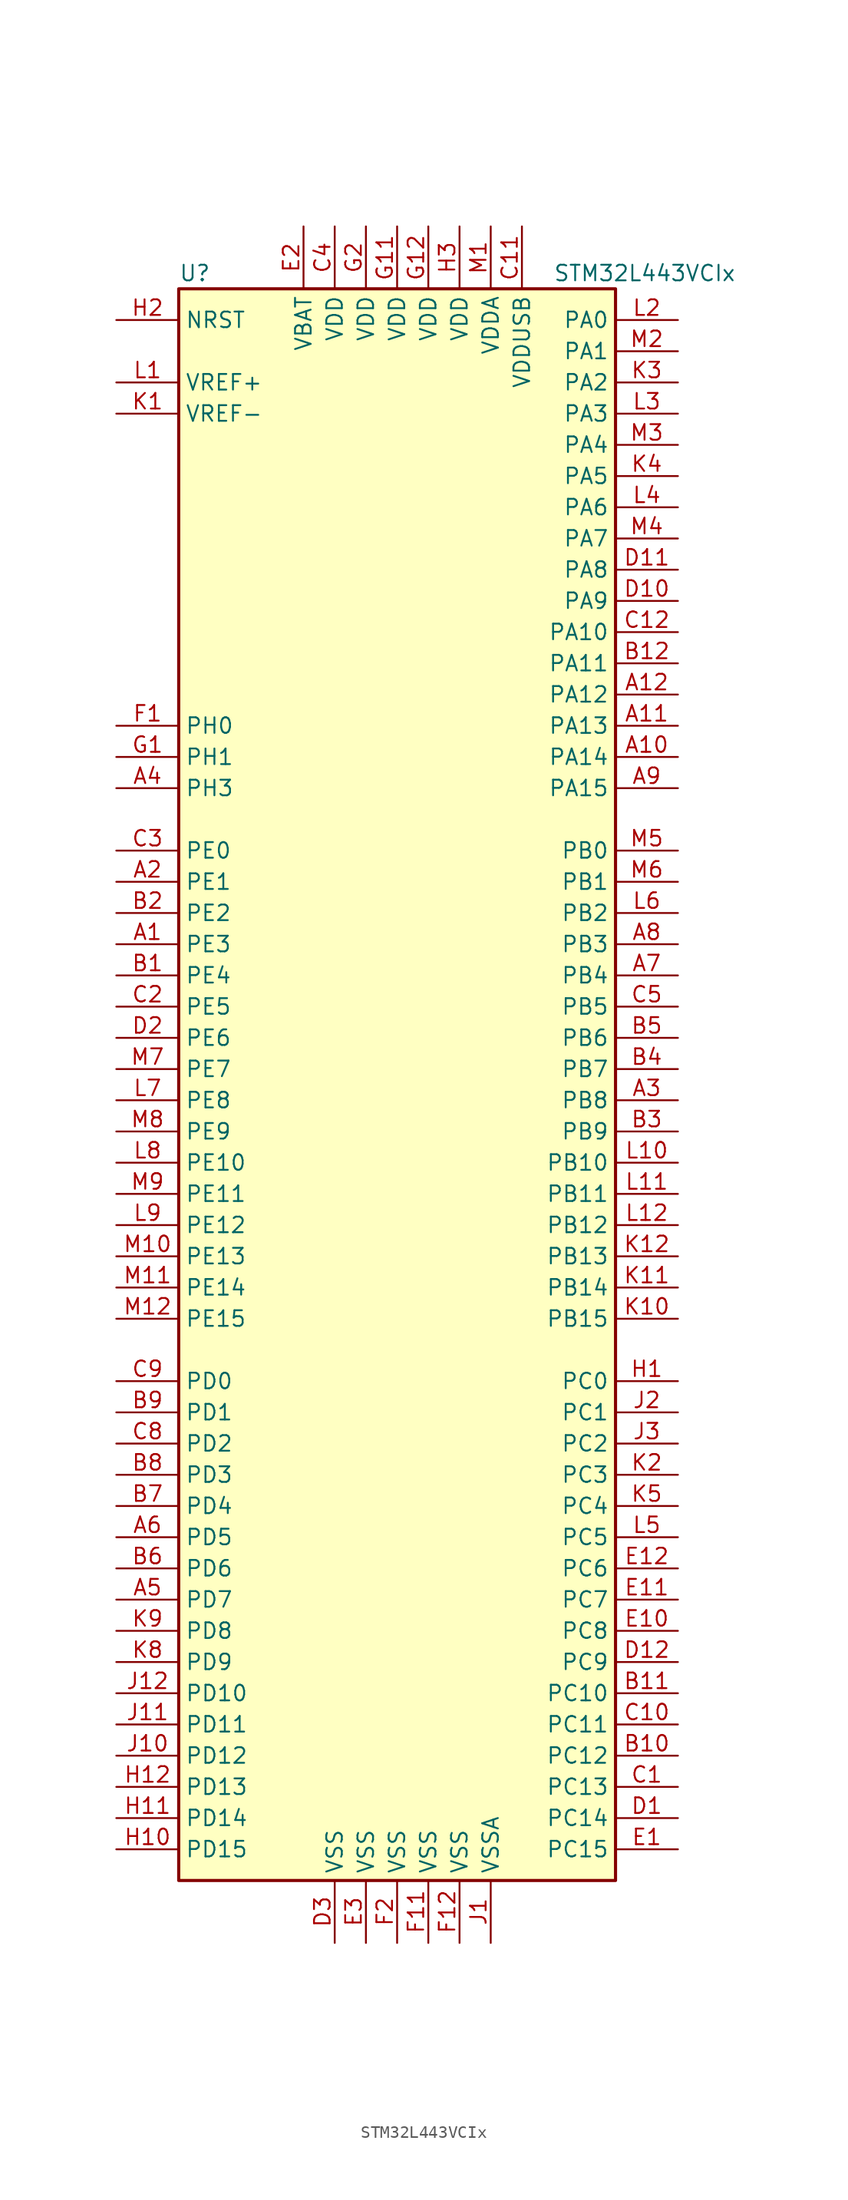
<source format=kicad_sym>
(kicad_symbol_lib
  (version 20220914)
  (generator kicad_symbol_editor)
  (symbol "STM32L443VCIx"
    (property "Reference" "U"
      (at -17.78 64.77 0)
      (effects (font (size 1.27 1.27)) (justify left)))
    (property "Value" "STM32L443VCIx"
      (at 12.7 64.77 0)
      (effects (font (size 1.27 1.27)) (justify left)))
    (symbol "STM32L443VCIx_0_1"
      (rectangle (start -17.78 -66.04) (end 17.78 63.5) (stroke (width 0.254) (type default)) (fill (type background))))
    (symbol "STM32L443VCIx_1_1"
      (pin bidirectional line (at -22.86 10.16 0) (length 5.08) (name "PE3" (effects (font (size 1.27 1.27)))) (number "A1" (effects (font (size 1.27 1.27)))))
      (pin bidirectional line (at 22.86 25.4 180) (length 5.08) (name "PA14" (effects (font (size 1.27 1.27)))) (number "A10" (effects (font (size 1.27 1.27)))))
      (pin bidirectional line (at 22.86 27.94 180) (length 5.08) (name "PA13" (effects (font (size 1.27 1.27)))) (number "A11" (effects (font (size 1.27 1.27)))))
      (pin bidirectional line (at 22.86 30.48 180) (length 5.08) (name "PA12" (effects (font (size 1.27 1.27)))) (number "A12" (effects (font (size 1.27 1.27)))))
      (pin bidirectional line (at -22.86 15.24 0) (length 5.08) (name "PE1" (effects (font (size 1.27 1.27)))) (number "A2" (effects (font (size 1.27 1.27)))))
      (pin bidirectional line (at 22.86 -2.54 180) (length 5.08) (name "PB8" (effects (font (size 1.27 1.27)))) (number "A3" (effects (font (size 1.27 1.27)))))
      (pin bidirectional line (at -22.86 22.86 0) (length 5.08) (name "PH3" (effects (font (size 1.27 1.27)))) (number "A4" (effects (font (size 1.27 1.27)))))
      (pin bidirectional line (at -22.86 -43.18 0) (length 5.08) (name "PD7" (effects (font (size 1.27 1.27)))) (number "A5" (effects (font (size 1.27 1.27)))))
      (pin bidirectional line (at -22.86 -38.1 0) (length 5.08) (name "PD5" (effects (font (size 1.27 1.27)))) (number "A6" (effects (font (size 1.27 1.27)))))
      (pin bidirectional line (at 22.86 7.62 180) (length 5.08) (name "PB4" (effects (font (size 1.27 1.27)))) (number "A7" (effects (font (size 1.27 1.27)))))
      (pin bidirectional line (at 22.86 10.16 180) (length 5.08) (name "PB3" (effects (font (size 1.27 1.27)))) (number "A8" (effects (font (size 1.27 1.27)))))
      (pin bidirectional line (at 22.86 22.86 180) (length 5.08) (name "PA15" (effects (font (size 1.27 1.27)))) (number "A9" (effects (font (size 1.27 1.27)))))
      (pin bidirectional line (at -22.86 7.62 0) (length 5.08) (name "PE4" (effects (font (size 1.27 1.27)))) (number "B1" (effects (font (size 1.27 1.27)))))
      (pin bidirectional line (at 22.86 -55.88 180) (length 5.08) (name "PC12" (effects (font (size 1.27 1.27)))) (number "B10" (effects (font (size 1.27 1.27)))))
      (pin bidirectional line (at 22.86 -50.8 180) (length 5.08) (name "PC10" (effects (font (size 1.27 1.27)))) (number "B11" (effects (font (size 1.27 1.27)))))
      (pin bidirectional line (at 22.86 33.02 180) (length 5.08) (name "PA11" (effects (font (size 1.27 1.27)))) (number "B12" (effects (font (size 1.27 1.27)))))
      (pin bidirectional line (at -22.86 12.7 0) (length 5.08) (name "PE2" (effects (font (size 1.27 1.27)))) (number "B2" (effects (font (size 1.27 1.27)))))
      (pin bidirectional line (at 22.86 -5.08 180) (length 5.08) (name "PB9" (effects (font (size 1.27 1.27)))) (number "B3" (effects (font (size 1.27 1.27)))))
      (pin bidirectional line (at 22.86 0 180) (length 5.08) (name "PB7" (effects (font (size 1.27 1.27)))) (number "B4" (effects (font (size 1.27 1.27)))))
      (pin bidirectional line (at 22.86 2.54 180) (length 5.08) (name "PB6" (effects (font (size 1.27 1.27)))) (number "B5" (effects (font (size 1.27 1.27)))))
      (pin bidirectional line (at -22.86 -40.64 0) (length 5.08) (name "PD6" (effects (font (size 1.27 1.27)))) (number "B6" (effects (font (size 1.27 1.27)))))
      (pin bidirectional line (at -22.86 -35.56 0) (length 5.08) (name "PD4" (effects (font (size 1.27 1.27)))) (number "B7" (effects (font (size 1.27 1.27)))))
      (pin bidirectional line (at -22.86 -33.02 0) (length 5.08) (name "PD3" (effects (font (size 1.27 1.27)))) (number "B8" (effects (font (size 1.27 1.27)))))
      (pin bidirectional line (at -22.86 -27.94 0) (length 5.08) (name "PD1" (effects (font (size 1.27 1.27)))) (number "B9" (effects (font (size 1.27 1.27)))))
      (pin bidirectional line (at 22.86 -58.42 180) (length 5.08) (name "PC13" (effects (font (size 1.27 1.27)))) (number "C1" (effects (font (size 1.27 1.27)))))
      (pin bidirectional line (at 22.86 -53.34 180) (length 5.08) (name "PC11" (effects (font (size 1.27 1.27)))) (number "C10" (effects (font (size 1.27 1.27)))))
      (pin power_in line (at 10.16 68.58 270) (length 5.08) (name "VDDUSB" (effects (font (size 1.27 1.27)))) (number "C11" (effects (font (size 1.27 1.27)))))
      (pin bidirectional line (at 22.86 35.56 180) (length 5.08) (name "PA10" (effects (font (size 1.27 1.27)))) (number "C12" (effects (font (size 1.27 1.27)))))
      (pin bidirectional line (at -22.86 5.08 0) (length 5.08) (name "PE5" (effects (font (size 1.27 1.27)))) (number "C2" (effects (font (size 1.27 1.27)))))
      (pin bidirectional line (at -22.86 17.78 0) (length 5.08) (name "PE0" (effects (font (size 1.27 1.27)))) (number "C3" (effects (font (size 1.27 1.27)))))
      (pin power_in line (at -5.08 68.58 270) (length 5.08) (name "VDD" (effects (font (size 1.27 1.27)))) (number "C4" (effects (font (size 1.27 1.27)))))
      (pin bidirectional line (at 22.86 5.08 180) (length 5.08) (name "PB5" (effects (font (size 1.27 1.27)))) (number "C5" (effects (font (size 1.27 1.27)))))
      (pin bidirectional line (at -22.86 -30.48 0) (length 5.08) (name "PD2" (effects (font (size 1.27 1.27)))) (number "C8" (effects (font (size 1.27 1.27)))))
      (pin bidirectional line (at -22.86 -25.4 0) (length 5.08) (name "PD0" (effects (font (size 1.27 1.27)))) (number "C9" (effects (font (size 1.27 1.27)))))
      (pin bidirectional line (at 22.86 -60.96 180) (length 5.08) (name "PC14" (effects (font (size 1.27 1.27)))) (number "D1" (effects (font (size 1.27 1.27)))))
      (pin bidirectional line (at 22.86 38.1 180) (length 5.08) (name "PA9" (effects (font (size 1.27 1.27)))) (number "D10" (effects (font (size 1.27 1.27)))))
      (pin bidirectional line (at 22.86 40.64 180) (length 5.08) (name "PA8" (effects (font (size 1.27 1.27)))) (number "D11" (effects (font (size 1.27 1.27)))))
      (pin bidirectional line (at 22.86 -48.26 180) (length 5.08) (name "PC9" (effects (font (size 1.27 1.27)))) (number "D12" (effects (font (size 1.27 1.27)))))
      (pin bidirectional line (at -22.86 2.54 0) (length 5.08) (name "PE6" (effects (font (size 1.27 1.27)))) (number "D2" (effects (font (size 1.27 1.27)))))
      (pin power_in line (at -5.08 -71.12 90) (length 5.08) (name "VSS" (effects (font (size 1.27 1.27)))) (number "D3" (effects (font (size 1.27 1.27)))))
      (pin bidirectional line (at 22.86 -63.5 180) (length 5.08) (name "PC15" (effects (font (size 1.27 1.27)))) (number "E1" (effects (font (size 1.27 1.27)))))
      (pin bidirectional line (at 22.86 -45.72 180) (length 5.08) (name "PC8" (effects (font (size 1.27 1.27)))) (number "E10" (effects (font (size 1.27 1.27)))))
      (pin bidirectional line (at 22.86 -43.18 180) (length 5.08) (name "PC7" (effects (font (size 1.27 1.27)))) (number "E11" (effects (font (size 1.27 1.27)))))
      (pin bidirectional line (at 22.86 -40.64 180) (length 5.08) (name "PC6" (effects (font (size 1.27 1.27)))) (number "E12" (effects (font (size 1.27 1.27)))))
      (pin power_in line (at -7.62 68.58 270) (length 5.08) (name "VBAT" (effects (font (size 1.27 1.27)))) (number "E2" (effects (font (size 1.27 1.27)))))
      (pin power_in line (at -2.54 -71.12 90) (length 5.08) (name "VSS" (effects (font (size 1.27 1.27)))) (number "E3" (effects (font (size 1.27 1.27)))))
      (pin input line (at -22.86 27.94 0) (length 5.08) (name "PH0" (effects (font (size 1.27 1.27)))) (number "F1" (effects (font (size 1.27 1.27)))))
      (pin power_in line (at 2.54 -71.12 90) (length 5.08) (name "VSS" (effects (font (size 1.27 1.27)))) (number "F11" (effects (font (size 1.27 1.27)))))
      (pin power_in line (at 5.08 -71.12 90) (length 5.08) (name "VSS" (effects (font (size 1.27 1.27)))) (number "F12" (effects (font (size 1.27 1.27)))))
      (pin power_in line (at 0 -71.12 90) (length 5.08) (name "VSS" (effects (font (size 1.27 1.27)))) (number "F2" (effects (font (size 1.27 1.27)))))
      (pin input line (at -22.86 25.4 0) (length 5.08) (name "PH1" (effects (font (size 1.27 1.27)))) (number "G1" (effects (font (size 1.27 1.27)))))
      (pin power_in line (at 0 68.58 270) (length 5.08) (name "VDD" (effects (font (size 1.27 1.27)))) (number "G11" (effects (font (size 1.27 1.27)))))
      (pin power_in line (at 2.54 68.58 270) (length 5.08) (name "VDD" (effects (font (size 1.27 1.27)))) (number "G12" (effects (font (size 1.27 1.27)))))
      (pin power_in line (at -2.54 68.58 270) (length 5.08) (name "VDD" (effects (font (size 1.27 1.27)))) (number "G2" (effects (font (size 1.27 1.27)))))
      (pin bidirectional line (at 22.86 -25.4 180) (length 5.08) (name "PC0" (effects (font (size 1.27 1.27)))) (number "H1" (effects (font (size 1.27 1.27)))))
      (pin bidirectional line (at -22.86 -63.5 0) (length 5.08) (name "PD15" (effects (font (size 1.27 1.27)))) (number "H10" (effects (font (size 1.27 1.27)))))
      (pin bidirectional line (at -22.86 -60.96 0) (length 5.08) (name "PD14" (effects (font (size 1.27 1.27)))) (number "H11" (effects (font (size 1.27 1.27)))))
      (pin bidirectional line (at -22.86 -58.42 0) (length 5.08) (name "PD13" (effects (font (size 1.27 1.27)))) (number "H12" (effects (font (size 1.27 1.27)))))
      (pin input line (at -22.86 60.96 0) (length 5.08) (name "NRST" (effects (font (size 1.27 1.27)))) (number "H2" (effects (font (size 1.27 1.27)))))
      (pin power_in line (at 5.08 68.58 270) (length 5.08) (name "VDD" (effects (font (size 1.27 1.27)))) (number "H3" (effects (font (size 1.27 1.27)))))
      (pin power_in line (at 7.62 -71.12 90) (length 5.08) (name "VSSA" (effects (font (size 1.27 1.27)))) (number "J1" (effects (font (size 1.27 1.27)))))
      (pin bidirectional line (at -22.86 -55.88 0) (length 5.08) (name "PD12" (effects (font (size 1.27 1.27)))) (number "J10" (effects (font (size 1.27 1.27)))))
      (pin bidirectional line (at -22.86 -53.34 0) (length 5.08) (name "PD11" (effects (font (size 1.27 1.27)))) (number "J11" (effects (font (size 1.27 1.27)))))
      (pin bidirectional line (at -22.86 -50.8 0) (length 5.08) (name "PD10" (effects (font (size 1.27 1.27)))) (number "J12" (effects (font (size 1.27 1.27)))))
      (pin bidirectional line (at 22.86 -27.94 180) (length 5.08) (name "PC1" (effects (font (size 1.27 1.27)))) (number "J2" (effects (font (size 1.27 1.27)))))
      (pin bidirectional line (at 22.86 -30.48 180) (length 5.08) (name "PC2" (effects (font (size 1.27 1.27)))) (number "J3" (effects (font (size 1.27 1.27)))))
      (pin power_in line (at -22.86 53.34 0) (length 5.08) (name "VREF-" (effects (font (size 1.27 1.27)))) (number "K1" (effects (font (size 1.27 1.27)))))
      (pin bidirectional line (at 22.86 -20.32 180) (length 5.08) (name "PB15" (effects (font (size 1.27 1.27)))) (number "K10" (effects (font (size 1.27 1.27)))))
      (pin bidirectional line (at 22.86 -17.78 180) (length 5.08) (name "PB14" (effects (font (size 1.27 1.27)))) (number "K11" (effects (font (size 1.27 1.27)))))
      (pin bidirectional line (at 22.86 -15.24 180) (length 5.08) (name "PB13" (effects (font (size 1.27 1.27)))) (number "K12" (effects (font (size 1.27 1.27)))))
      (pin bidirectional line (at 22.86 -33.02 180) (length 5.08) (name "PC3" (effects (font (size 1.27 1.27)))) (number "K2" (effects (font (size 1.27 1.27)))))
      (pin bidirectional line (at 22.86 55.88 180) (length 5.08) (name "PA2" (effects (font (size 1.27 1.27)))) (number "K3" (effects (font (size 1.27 1.27)))))
      (pin bidirectional line (at 22.86 48.26 180) (length 5.08) (name "PA5" (effects (font (size 1.27 1.27)))) (number "K4" (effects (font (size 1.27 1.27)))))
      (pin bidirectional line (at 22.86 -35.56 180) (length 5.08) (name "PC4" (effects (font (size 1.27 1.27)))) (number "K5" (effects (font (size 1.27 1.27)))))
      (pin bidirectional line (at -22.86 -48.26 0) (length 5.08) (name "PD9" (effects (font (size 1.27 1.27)))) (number "K8" (effects (font (size 1.27 1.27)))))
      (pin bidirectional line (at -22.86 -45.72 0) (length 5.08) (name "PD8" (effects (font (size 1.27 1.27)))) (number "K9" (effects (font (size 1.27 1.27)))))
      (pin bidirectional line (at -22.86 55.88 0) (length 5.08) (name "VREF+" (effects (font (size 1.27 1.27)))) (number "L1" (effects (font (size 1.27 1.27)))))
      (pin bidirectional line (at 22.86 -7.62 180) (length 5.08) (name "PB10" (effects (font (size 1.27 1.27)))) (number "L10" (effects (font (size 1.27 1.27)))))
      (pin bidirectional line (at 22.86 -10.16 180) (length 5.08) (name "PB11" (effects (font (size 1.27 1.27)))) (number "L11" (effects (font (size 1.27 1.27)))))
      (pin bidirectional line (at 22.86 -12.7 180) (length 5.08) (name "PB12" (effects (font (size 1.27 1.27)))) (number "L12" (effects (font (size 1.27 1.27)))))
      (pin bidirectional line (at 22.86 60.96 180) (length 5.08) (name "PA0" (effects (font (size 1.27 1.27)))) (number "L2" (effects (font (size 1.27 1.27)))))
      (pin bidirectional line (at 22.86 53.34 180) (length 5.08) (name "PA3" (effects (font (size 1.27 1.27)))) (number "L3" (effects (font (size 1.27 1.27)))))
      (pin bidirectional line (at 22.86 45.72 180) (length 5.08) (name "PA6" (effects (font (size 1.27 1.27)))) (number "L4" (effects (font (size 1.27 1.27)))))
      (pin bidirectional line (at 22.86 -38.1 180) (length 5.08) (name "PC5" (effects (font (size 1.27 1.27)))) (number "L5" (effects (font (size 1.27 1.27)))))
      (pin bidirectional line (at 22.86 12.7 180) (length 5.08) (name "PB2" (effects (font (size 1.27 1.27)))) (number "L6" (effects (font (size 1.27 1.27)))))
      (pin bidirectional line (at -22.86 -2.54 0) (length 5.08) (name "PE8" (effects (font (size 1.27 1.27)))) (number "L7" (effects (font (size 1.27 1.27)))))
      (pin bidirectional line (at -22.86 -7.62 0) (length 5.08) (name "PE10" (effects (font (size 1.27 1.27)))) (number "L8" (effects (font (size 1.27 1.27)))))
      (pin bidirectional line (at -22.86 -12.7 0) (length 5.08) (name "PE12" (effects (font (size 1.27 1.27)))) (number "L9" (effects (font (size 1.27 1.27)))))
      (pin power_in line (at 7.62 68.58 270) (length 5.08) (name "VDDA" (effects (font (size 1.27 1.27)))) (number "M1" (effects (font (size 1.27 1.27)))))
      (pin bidirectional line (at -22.86 -15.24 0) (length 5.08) (name "PE13" (effects (font (size 1.27 1.27)))) (number "M10" (effects (font (size 1.27 1.27)))))
      (pin bidirectional line (at -22.86 -17.78 0) (length 5.08) (name "PE14" (effects (font (size 1.27 1.27)))) (number "M11" (effects (font (size 1.27 1.27)))))
      (pin bidirectional line (at -22.86 -20.32 0) (length 5.08) (name "PE15" (effects (font (size 1.27 1.27)))) (number "M12" (effects (font (size 1.27 1.27)))))
      (pin bidirectional line (at 22.86 58.42 180) (length 5.08) (name "PA1" (effects (font (size 1.27 1.27)))) (number "M2" (effects (font (size 1.27 1.27)))))
      (pin bidirectional line (at 22.86 50.8 180) (length 5.08) (name "PA4" (effects (font (size 1.27 1.27)))) (number "M3" (effects (font (size 1.27 1.27)))))
      (pin bidirectional line (at 22.86 43.18 180) (length 5.08) (name "PA7" (effects (font (size 1.27 1.27)))) (number "M4" (effects (font (size 1.27 1.27)))))
      (pin bidirectional line (at 22.86 17.78 180) (length 5.08) (name "PB0" (effects (font (size 1.27 1.27)))) (number "M5" (effects (font (size 1.27 1.27)))))
      (pin bidirectional line (at 22.86 15.24 180) (length 5.08) (name "PB1" (effects (font (size 1.27 1.27)))) (number "M6" (effects (font (size 1.27 1.27)))))
      (pin bidirectional line (at -22.86 0 0) (length 5.08) (name "PE7" (effects (font (size 1.27 1.27)))) (number "M7" (effects (font (size 1.27 1.27)))))
      (pin bidirectional line (at -22.86 -5.08 0) (length 5.08) (name "PE9" (effects (font (size 1.27 1.27)))) (number "M8" (effects (font (size 1.27 1.27)))))
      (pin bidirectional line (at -22.86 -10.16 0) (length 5.08) (name "PE11" (effects (font (size 1.27 1.27)))) (number "M9" (effects (font (size 1.27 1.27))))))))
</source>
